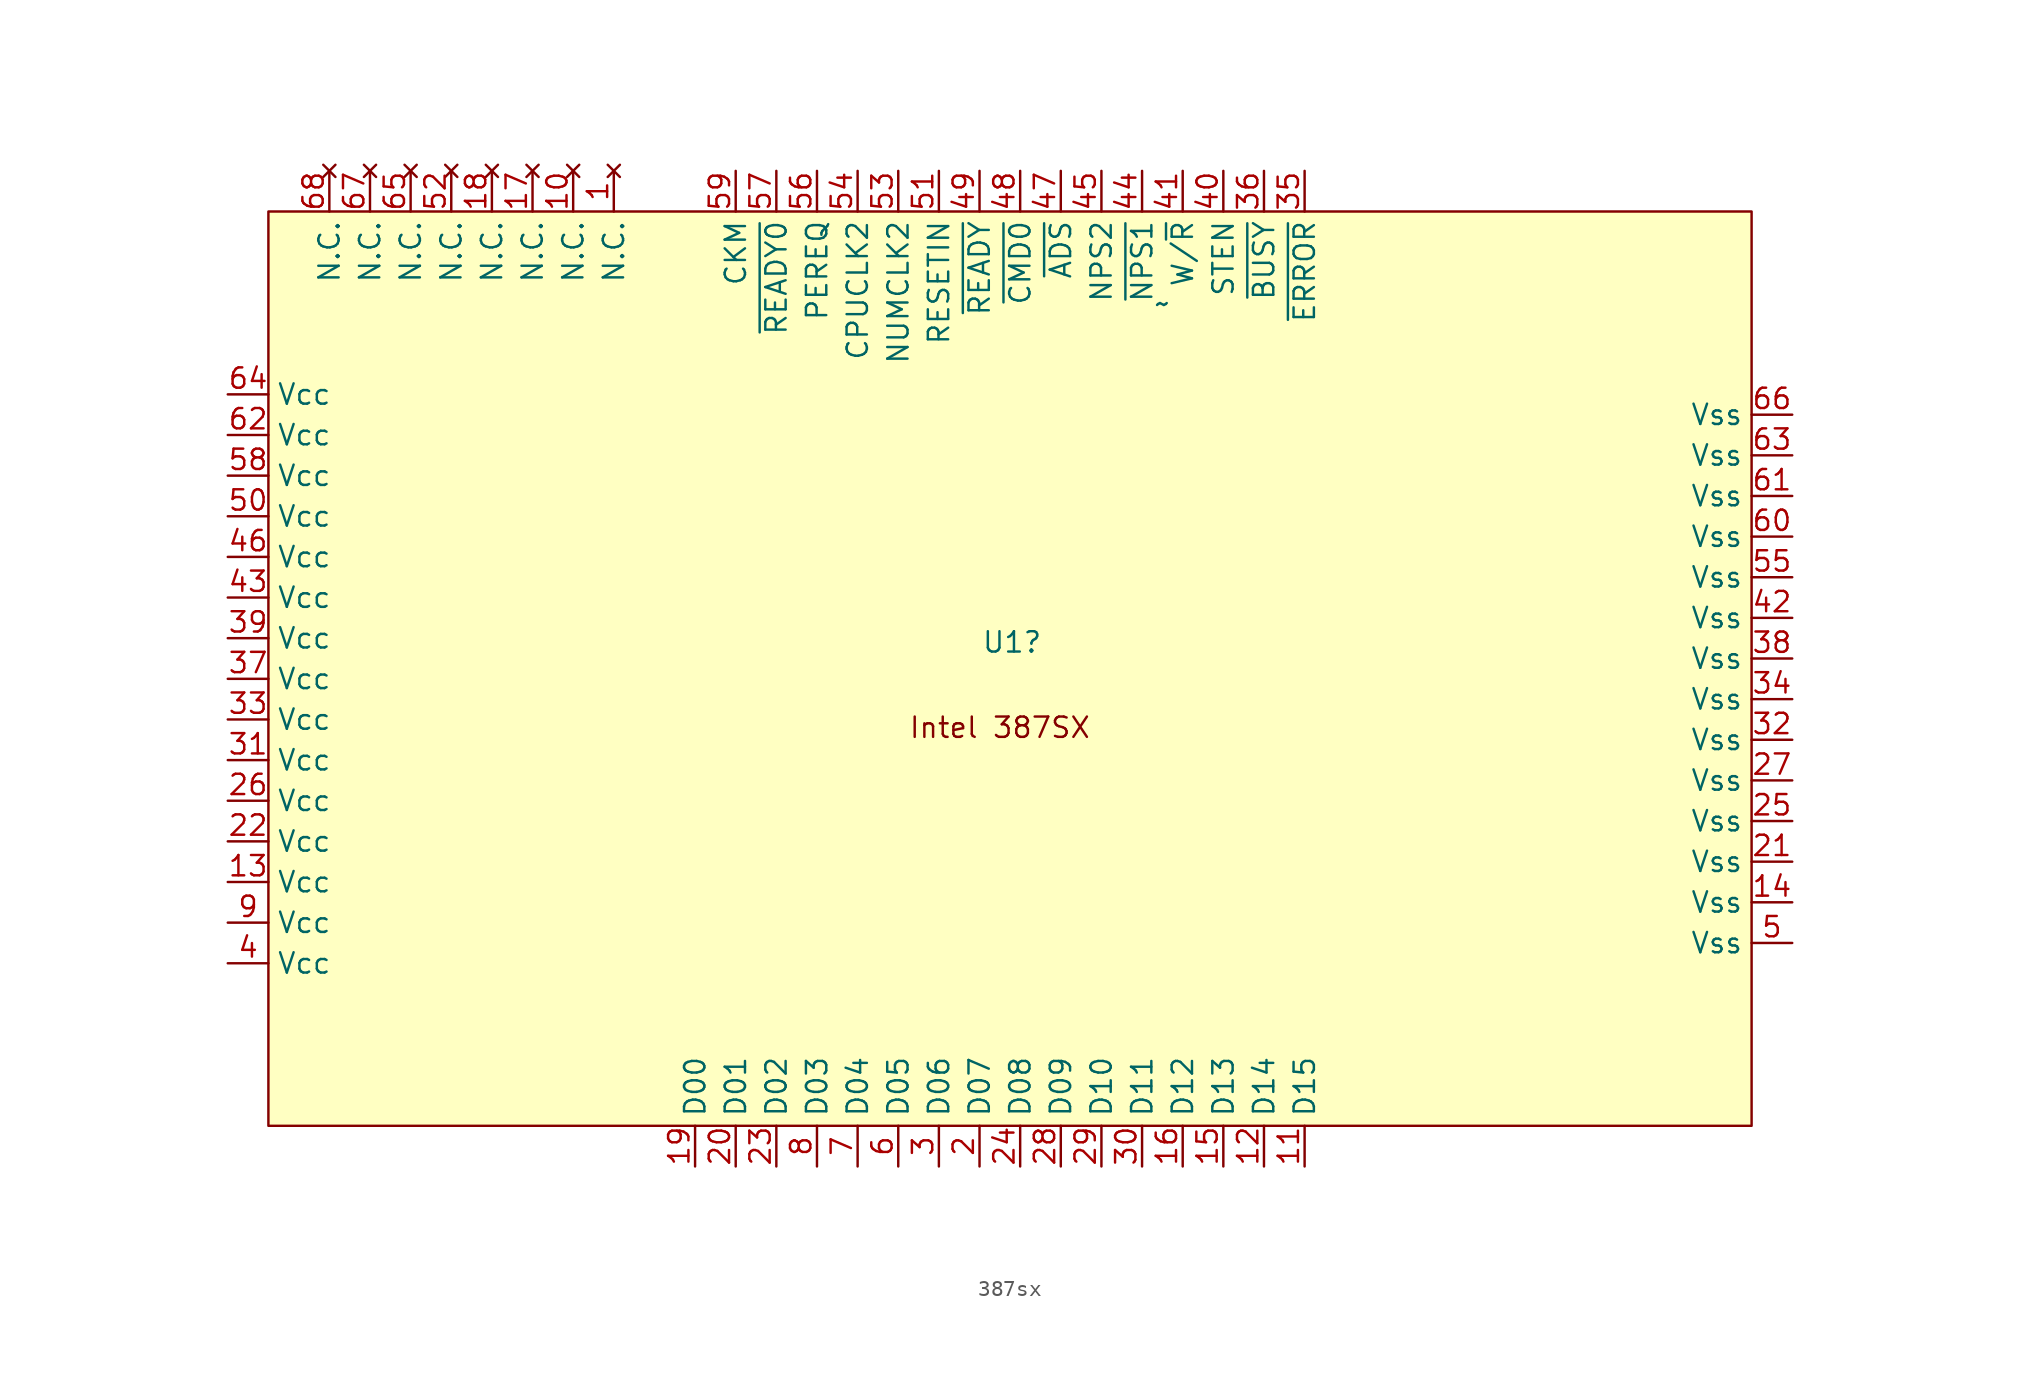
<source format=kicad_sym>
(kicad_symbol_lib
  (version 20241209)
  (generator "kicad_symbol_editor")
  (generator_version "9.0")
  (symbol "387sx"
    (property "Reference" "U1"
      (at 0.762 2.286 0)
      (effects (font (size 1.27 1.27))))
    (property "Value" "~"
      (at 10.16 23.463 0)
      (effects (font (size 1.27 1.27))))
    (symbol "387sx_0_1"
      (rectangle (start -45.72 29.21) (end 46.99 -27.94) (stroke (width 0) (type default)) (fill (type background))))
    (symbol "387sx_1_1"
      (text "Intel 387SX" (at 0 -3.048 0) (effects (font (size 1.27 1.27))))
      (pin power_in line (at -48.26 17.78 0) (length 2.54) (name "Vcc" (effects (font (size 1.27 1.27)))) (number "64" (effects (font (size 1.27 1.27)))))
      (pin power_in line (at -48.26 15.24 0) (length 2.54) (name "Vcc" (effects (font (size 1.27 1.27)))) (number "62" (effects (font (size 1.27 1.27)))))
      (pin power_in line (at -48.26 12.7 0) (length 2.54) (name "Vcc" (effects (font (size 1.27 1.27)))) (number "58" (effects (font (size 1.27 1.27)))))
      (pin power_in line (at -48.26 10.16 0) (length 2.54) (name "Vcc" (effects (font (size 1.27 1.27)))) (number "50" (effects (font (size 1.27 1.27)))))
      (pin power_in line (at -48.26 7.62 0) (length 2.54) (name "Vcc" (effects (font (size 1.27 1.27)))) (number "46" (effects (font (size 1.27 1.27)))))
      (pin power_in line (at -48.26 5.08 0) (length 2.54) (name "Vcc" (effects (font (size 1.27 1.27)))) (number "43" (effects (font (size 1.27 1.27)))))
      (pin power_in line (at -48.26 2.54 0) (length 2.54) (name "Vcc" (effects (font (size 1.27 1.27)))) (number "39" (effects (font (size 1.27 1.27)))))
      (pin power_in line (at -48.26 0 0) (length 2.54) (name "Vcc" (effects (font (size 1.27 1.27)))) (number "37" (effects (font (size 1.27 1.27)))))
      (pin power_in line (at -48.26 -2.54 0) (length 2.54) (name "Vcc" (effects (font (size 1.27 1.27)))) (number "33" (effects (font (size 1.27 1.27)))))
      (pin power_in line (at -48.26 -5.08 0) (length 2.54) (name "Vcc" (effects (font (size 1.27 1.27)))) (number "31" (effects (font (size 1.27 1.27)))))
      (pin power_in line (at -48.26 -7.62 0) (length 2.54) (name "Vcc" (effects (font (size 1.27 1.27)))) (number "26" (effects (font (size 1.27 1.27)))))
      (pin power_in line (at -48.26 -10.16 0) (length 2.54) (name "Vcc" (effects (font (size 1.27 1.27)))) (number "22" (effects (font (size 1.27 1.27)))))
      (pin power_in line (at -48.26 -12.7 0) (length 2.54) (name "Vcc" (effects (font (size 1.27 1.27)))) (number "13" (effects (font (size 1.27 1.27)))))
      (pin power_in line (at -48.26 -15.24 0) (length 2.54) (name "Vcc" (effects (font (size 1.27 1.27)))) (number "9" (effects (font (size 1.27 1.27)))))
      (pin power_in line (at -48.26 -17.78 0) (length 2.54) (name "Vcc" (effects (font (size 1.27 1.27)))) (number "4" (effects (font (size 1.27 1.27)))))
      (pin no_connect line (at -41.91 31.75 270) (length 2.54) (name "N.C." (effects (font (size 1.27 1.27)))) (number "68" (effects (font (size 1.27 1.27)))))
      (pin no_connect line (at -39.37 31.75 270) (length 2.54) (name "N.C." (effects (font (size 1.27 1.27)))) (number "67" (effects (font (size 1.27 1.27)))))
      (pin no_connect line (at -36.83 31.75 270) (length 2.54) (name "N.C." (effects (font (size 1.27 1.27)))) (number "65" (effects (font (size 1.27 1.27)))))
      (pin no_connect line (at -34.29 31.75 270) (length 2.54) (name "N.C." (effects (font (size 1.27 1.27)))) (number "52" (effects (font (size 1.27 1.27)))))
      (pin no_connect line (at -31.75 31.75 270) (length 2.54) (name "N.C." (effects (font (size 1.27 1.27)))) (number "18" (effects (font (size 1.27 1.27)))))
      (pin no_connect line (at -29.21 31.75 270) (length 2.54) (name "N.C." (effects (font (size 1.27 1.27)))) (number "17" (effects (font (size 1.27 1.27)))))
      (pin no_connect line (at -26.67 31.75 270) (length 2.54) (name "N.C." (effects (font (size 1.27 1.27)))) (number "10" (effects (font (size 1.27 1.27)))))
      (pin no_connect line (at -24.13 31.75 270) (length 2.54) (name "N.C." (effects (font (size 1.27 1.27)))) (number "1" (effects (font (size 1.27 1.27)))))
      (pin bidirectional line (at -19.05 -30.48 90) (length 2.54) (name "D00" (effects (font (size 1.27 1.27)))) (number "19" (effects (font (size 1.27 1.27)))))
      (pin input line (at -16.51 31.75 270) (length 2.54) (name "CKM" (effects (font (size 1.27 1.27)))) (number "59" (effects (font (size 1.27 1.27)))))
      (pin bidirectional line (at -16.51 -30.48 90) (length 2.54) (name "D01" (effects (font (size 1.27 1.27)))) (number "20" (effects (font (size 1.27 1.27)))))
      (pin output line (at -13.97 31.75 270) (length 2.54) (name "~{READY0}" (effects (font (size 1.27 1.27)))) (number "57" (effects (font (size 1.27 1.27)))))
      (pin bidirectional line (at -13.97 -30.48 90) (length 2.54) (name "D02" (effects (font (size 1.27 1.27)))) (number "23" (effects (font (size 1.27 1.27)))))
      (pin output line (at -11.43 31.75 270) (length 2.54) (name "PEREQ" (effects (font (size 1.27 1.27)))) (number "56" (effects (font (size 1.27 1.27)))))
      (pin bidirectional line (at -11.43 -30.48 90) (length 2.54) (name "D03" (effects (font (size 1.27 1.27)))) (number "8" (effects (font (size 1.27 1.27)))))
      (pin input line (at -8.89 31.75 270) (length 2.54) (name "CPUCLK2" (effects (font (size 1.27 1.27)))) (number "54" (effects (font (size 1.27 1.27)))))
      (pin bidirectional line (at -8.89 -30.48 90) (length 2.54) (name "D04" (effects (font (size 1.27 1.27)))) (number "7" (effects (font (size 1.27 1.27)))))
      (pin input line (at -6.35 31.75 270) (length 2.54) (name "NUMCLK2" (effects (font (size 1.27 1.27)))) (number "53" (effects (font (size 1.27 1.27)))))
      (pin bidirectional line (at -6.35 -30.48 90) (length 2.54) (name "D05" (effects (font (size 1.27 1.27)))) (number "6" (effects (font (size 1.27 1.27)))))
      (pin input line (at -3.81 31.75 270) (length 2.54) (name "RESETIN" (effects (font (size 1.27 1.27)))) (number "51" (effects (font (size 1.27 1.27)))))
      (pin bidirectional line (at -3.81 -30.48 90) (length 2.54) (name "D06" (effects (font (size 1.27 1.27)))) (number "3" (effects (font (size 1.27 1.27)))))
      (pin input line (at -1.27 31.75 270) (length 2.54) (name "~{READY}" (effects (font (size 1.27 1.27)))) (number "49" (effects (font (size 1.27 1.27)))))
      (pin bidirectional line (at -1.27 -30.48 90) (length 2.54) (name "D07" (effects (font (size 1.27 1.27)))) (number "2" (effects (font (size 1.27 1.27)))))
      (pin input line (at 1.27 31.75 270) (length 2.54) (name "~{CMD0}" (effects (font (size 1.27 1.27)))) (number "48" (effects (font (size 1.27 1.27)))))
      (pin bidirectional line (at 1.27 -30.48 90) (length 2.54) (name "D08" (effects (font (size 1.27 1.27)))) (number "24" (effects (font (size 1.27 1.27)))))
      (pin input line (at 3.81 31.75 270) (length 2.54) (name "~{ADS}" (effects (font (size 1.27 1.27)))) (number "47" (effects (font (size 1.27 1.27)))))
      (pin bidirectional line (at 3.81 -30.48 90) (length 2.54) (name "D09" (effects (font (size 1.27 1.27)))) (number "28" (effects (font (size 1.27 1.27)))))
      (pin input line (at 6.35 31.75 270) (length 2.54) (name "NPS2" (effects (font (size 1.27 1.27)))) (number "45" (effects (font (size 1.27 1.27)))))
      (pin bidirectional line (at 6.35 -30.48 90) (length 2.54) (name "D10" (effects (font (size 1.27 1.27)))) (number "29" (effects (font (size 1.27 1.27)))))
      (pin input line (at 8.89 31.75 270) (length 2.54) (name "~{NPS1}" (effects (font (size 1.27 1.27)))) (number "44" (effects (font (size 1.27 1.27)))))
      (pin bidirectional line (at 8.89 -30.48 90) (length 2.54) (name "D11" (effects (font (size 1.27 1.27)))) (number "30" (effects (font (size 1.27 1.27)))))
      (pin input line (at 11.43 31.75 270) (length 2.54) (name "W/~{R}" (effects (font (size 1.27 1.27)))) (number "41" (effects (font (size 1.27 1.27)))))
      (pin power_in line (at 11.43 -30.48 90) (length 2.54) (name "D12" (effects (font (size 1.27 1.27)))) (number "16" (effects (font (size 1.27 1.27)))))
      (pin power_in line (at 13.97 31.75 270) (length 2.54) (name "STEN" (effects (font (size 1.27 1.27)))) (number "40" (effects (font (size 1.27 1.27)))))
      (pin power_in line (at 13.97 -30.48 90) (length 2.54) (name "D13" (effects (font (size 1.27 1.27)))) (number "15" (effects (font (size 1.27 1.27)))))
      (pin input line (at 16.51 31.75 270) (length 2.54) (name "~{BUSY}" (effects (font (size 1.27 1.27)))) (number "36" (effects (font (size 1.27 1.27)))))
      (pin bidirectional line (at 16.51 -30.48 90) (length 2.54) (name "D14" (effects (font (size 1.27 1.27)))) (number "12" (effects (font (size 1.27 1.27)))))
      (pin input line (at 19.05 31.75 270) (length 2.54) (name "~{ERROR}" (effects (font (size 1.27 1.27)))) (number "35" (effects (font (size 1.27 1.27)))))
      (pin bidirectional line (at 19.05 -30.48 90) (length 2.54) (name "D15" (effects (font (size 1.27 1.27)))) (number "11" (effects (font (size 1.27 1.27)))))
      (pin power_in line (at 49.53 16.51 180) (length 2.54) (name "Vss" (effects (font (size 1.27 1.27)))) (number "66" (effects (font (size 1.27 1.27)))))
      (pin power_in line (at 49.53 13.97 180) (length 2.54) (name "Vss" (effects (font (size 1.27 1.27)))) (number "63" (effects (font (size 1.27 1.27)))))
      (pin power_in line (at 49.53 11.43 180) (length 2.54) (name "Vss" (effects (font (size 1.27 1.27)))) (number "61" (effects (font (size 1.27 1.27)))))
      (pin power_in line (at 49.53 8.89 180) (length 2.54) (name "Vss" (effects (font (size 1.27 1.27)))) (number "60" (effects (font (size 1.27 1.27)))))
      (pin power_in line (at 49.53 6.35 180) (length 2.54) (name "Vss" (effects (font (size 1.27 1.27)))) (number "55" (effects (font (size 1.27 1.27)))))
      (pin power_in line (at 49.53 3.81 180) (length 2.54) (name "Vss" (effects (font (size 1.27 1.27)))) (number "42" (effects (font (size 1.27 1.27)))))
      (pin power_in line (at 49.53 1.27 180) (length 2.54) (name "Vss" (effects (font (size 1.27 1.27)))) (number "38" (effects (font (size 1.27 1.27)))))
      (pin power_in line (at 49.53 -1.27 180) (length 2.54) (name "Vss" (effects (font (size 1.27 1.27)))) (number "34" (effects (font (size 1.27 1.27)))))
      (pin power_in line (at 49.53 -3.81 180) (length 2.54) (name "Vss" (effects (font (size 1.27 1.27)))) (number "32" (effects (font (size 1.27 1.27)))))
      (pin power_in line (at 49.53 -6.35 180) (length 2.54) (name "Vss" (effects (font (size 1.27 1.27)))) (number "27" (effects (font (size 1.27 1.27)))))
      (pin power_in line (at 49.53 -8.89 180) (length 2.54) (name "Vss" (effects (font (size 1.27 1.27)))) (number "25" (effects (font (size 1.27 1.27)))))
      (pin power_in line (at 49.53 -11.43 180) (length 2.54) (name "Vss" (effects (font (size 1.27 1.27)))) (number "21" (effects (font (size 1.27 1.27)))))
      (pin power_in line (at 49.53 -13.97 180) (length 2.54) (name "Vss" (effects (font (size 1.27 1.27)))) (number "14" (effects (font (size 1.27 1.27)))))
      (pin power_in line (at 49.53 -16.51 180) (length 2.54) (name "Vss" (effects (font (size 1.27 1.27)))) (number "5" (effects (font (size 1.27 1.27))))))))
</source>
